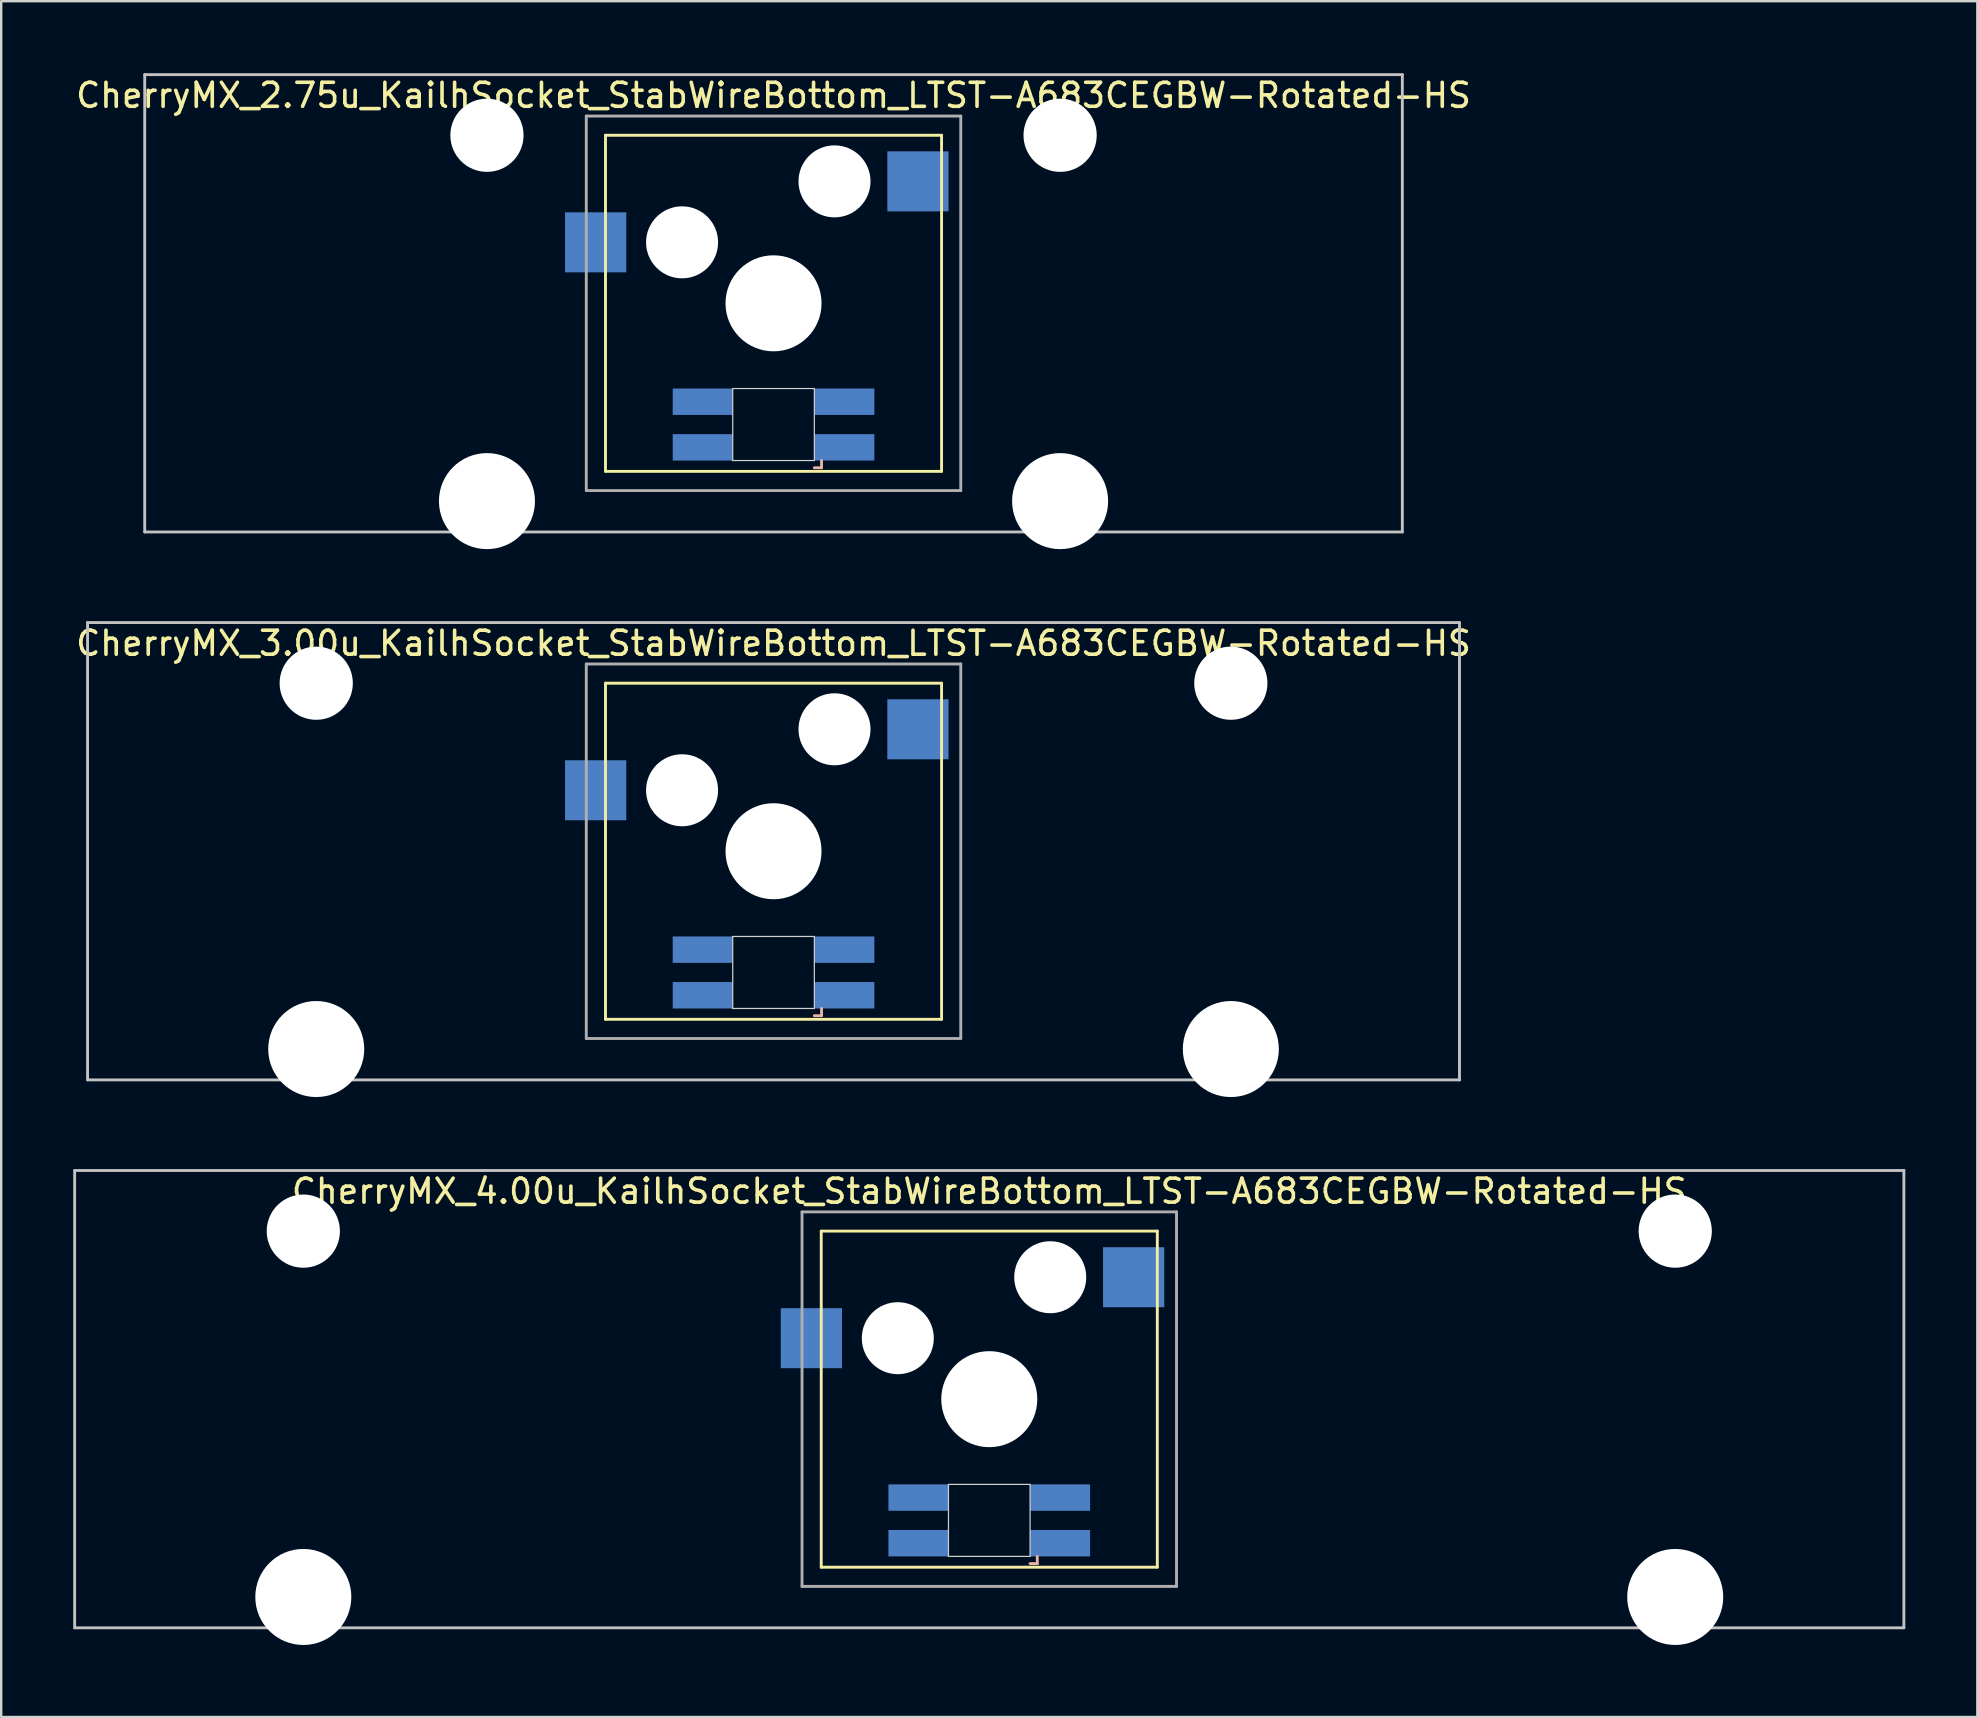
<source format=kicad_pcb>
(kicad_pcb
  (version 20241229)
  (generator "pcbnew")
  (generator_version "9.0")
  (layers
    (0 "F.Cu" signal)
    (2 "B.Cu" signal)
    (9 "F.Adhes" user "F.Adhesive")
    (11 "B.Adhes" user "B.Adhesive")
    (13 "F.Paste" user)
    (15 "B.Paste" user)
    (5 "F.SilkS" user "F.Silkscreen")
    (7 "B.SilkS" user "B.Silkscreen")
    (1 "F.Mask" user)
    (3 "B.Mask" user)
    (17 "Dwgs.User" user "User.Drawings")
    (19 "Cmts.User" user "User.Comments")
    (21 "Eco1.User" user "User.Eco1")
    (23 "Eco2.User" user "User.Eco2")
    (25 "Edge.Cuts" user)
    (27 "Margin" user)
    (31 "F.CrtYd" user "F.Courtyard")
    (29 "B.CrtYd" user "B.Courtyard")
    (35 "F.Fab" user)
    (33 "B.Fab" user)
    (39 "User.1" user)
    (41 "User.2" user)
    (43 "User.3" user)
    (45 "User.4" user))
  (footprint "CherryMX_3.00u_KailhSocket_StabWireBottom_LTST-A683CEGBW-Rotated-HS"
    (layer "F.Cu")
    (at 29.173 32.41)
    (property "Reference" "CherryMX_3.00u_KailhSocket_StabWireBottom_LTST-A683CEGBW-Rotated-HS" (at 0 -8.662 0) (layer "F.SilkS") (effects (font (size 1 1) (thickness 0.15))))
    (attr through_hole)
    (fp_line (start -7 -7) (end -7 7) (stroke (width 0.12) (type solid)) (layer "F.SilkS"))
    (fp_line (start -7 -7) (end 7 -7) (stroke (width 0.12) (type solid)) (layer "F.SilkS"))
    (fp_line (start 7 -7) (end 7 7) (stroke (width 0.12) (type solid)) (layer "F.SilkS"))
    (fp_line (start 7 7) (end -7 7) (stroke (width 0.12) (type solid)) (layer "F.SilkS"))
    (fp_line (start 1.7 6.85) (end 2 6.85) (stroke (width 0.12) (type solid)) (layer "B.SilkS"))
    (fp_line (start 2 6.85) (end 2 6.55) (stroke (width 0.12) (type solid)) (layer "B.SilkS"))
    (fp_line (start -28.575 -9.525) (end 28.575 -9.525) (stroke (width 0.12) (type solid)) (layer "Dwgs.User"))
    (fp_line (start -28.575 9.525) (end -28.575 -9.525) (stroke (width 0.12) (type solid)) (layer "Dwgs.User"))
    (fp_line (start 28.575 -9.525) (end 28.575 9.525) (stroke (width 0.12) (type solid)) (layer "Dwgs.User"))
    (fp_line (start 28.575 9.525) (end -28.575 9.525) (stroke (width 0.12) (type solid)) (layer "Dwgs.User"))
    (fp_line (start -1.7 3.55) (end 1.7 3.55) (stroke (width 0.05) (type solid)) (layer "Edge.Cuts"))
    (fp_line (start -1.7 6.55) (end -1.7 3.55) (stroke (width 0.05) (type solid)) (layer "Edge.Cuts"))
    (fp_line (start 1.7 3.55) (end 1.7 6.55) (stroke (width 0.05) (type solid)) (layer "Edge.Cuts"))
    (fp_line (start 1.7 6.55) (end -1.7 6.55) (stroke (width 0.05) (type solid)) (layer "Edge.Cuts"))
    (fp_line (start -7.8 -7.8) (end -7.8 7.8) (stroke (width 0.12) (type solid)) (layer "F.Fab"))
    (fp_line (start -7.8 -7.8) (end 7.8 -7.8) (stroke (width 0.12) (type solid)) (layer "F.Fab"))
    (fp_line (start -7.8 7.8) (end 7.8 7.8) (stroke (width 0.12) (type solid)) (layer "F.Fab"))
    (fp_line (start 7.8 -7.8) (end 7.8 7.8) (stroke (width 0.12) (type solid)) (layer "F.Fab"))
    (pad "" np_thru_hole circle (at -19.05 -7) (size 3.05 3.05) (drill 3.05) (layers "*.Cu" "*.Mask"))
    (pad "" np_thru_hole circle (at -19.05 8.24) (size 4 4) (drill 4) (layers "*.Cu" "*.Mask"))
    (pad "" np_thru_hole circle (at -3.81 -2.54) (size 3 3) (drill 3) (layers "*.Cu" "*.Mask"))
    (pad "" np_thru_hole circle (at 0 0) (size 4 4) (drill 4) (layers "*.Cu" "*.Mask"))
    (pad "" np_thru_hole circle (at 2.54 -5.08) (size 3 3) (drill 3) (layers "*.Cu" "*.Mask"))
    (pad "" np_thru_hole circle (at 19.05 -7) (size 3.05 3.05) (drill 3.05) (layers "*.Cu" "*.Mask"))
    (pad "" np_thru_hole circle (at 19.05 8.24) (size 4 4) (drill 4) (layers "*.Cu" "*.Mask"))
    (pad "1" smd rect (at -7.41 -2.54) (size 2.55 2.5) (layers "B.Cu" "B.Mask" "B.Paste"))
    (pad "2" smd rect (at 6.015 -5.08) (size 2.55 2.5) (layers "B.Cu" "B.Mask" "B.Paste"))
    (pad "3" smd rect (at 2.95 6) (size 2.5 1.1) (layers "B.Cu" "B.Mask" "B.Paste"))
    (pad "4" smd rect (at 2.95 4.1) (size 2.5 1.1) (layers "B.Cu" "B.Mask" "B.Paste"))
    (pad "5" smd rect (at -2.95 6) (size 2.5 1.1) (layers "B.Cu" "B.Mask" "B.Paste"))
    (pad "6" smd rect (at -2.95 4.1) (size 2.5 1.1) (layers "B.Cu" "B.Mask" "B.Paste")))
  (footprint "CherryMX_4.00u_KailhSocket_StabWireBottom_LTST-A683CEGBW-Rotated-HS"
    (layer "F.Cu")
    (at 38.16 55.235)
    (property "Reference" "CherryMX_4.00u_KailhSocket_StabWireBottom_LTST-A683CEGBW-Rotated-HS" (at 0 -8.662 0) (layer "F.SilkS") (effects (font (size 1 1) (thickness 0.15))))
    (attr through_hole)
    (fp_line (start -7 -7) (end -7 7) (stroke (width 0.12) (type solid)) (layer "F.SilkS"))
    (fp_line (start -7 -7) (end 7 -7) (stroke (width 0.12) (type solid)) (layer "F.SilkS"))
    (fp_line (start 7 -7) (end 7 7) (stroke (width 0.12) (type solid)) (layer "F.SilkS"))
    (fp_line (start 7 7) (end -7 7) (stroke (width 0.12) (type solid)) (layer "F.SilkS"))
    (fp_line (start 1.7 6.85) (end 2 6.85) (stroke (width 0.12) (type solid)) (layer "B.SilkS"))
    (fp_line (start 2 6.85) (end 2 6.55) (stroke (width 0.12) (type solid)) (layer "B.SilkS"))
    (fp_line (start -38.1 -9.525) (end 38.1 -9.525) (stroke (width 0.12) (type solid)) (layer "Dwgs.User"))
    (fp_line (start -38.1 9.525) (end -38.1 -9.525) (stroke (width 0.12) (type solid)) (layer "Dwgs.User"))
    (fp_line (start 38.1 -9.525) (end 38.1 9.525) (stroke (width 0.12) (type solid)) (layer "Dwgs.User"))
    (fp_line (start 38.1 9.525) (end -38.1 9.525) (stroke (width 0.12) (type solid)) (layer "Dwgs.User"))
    (fp_line (start -1.7 3.55) (end 1.7 3.55) (stroke (width 0.05) (type solid)) (layer "Edge.Cuts"))
    (fp_line (start -1.7 6.55) (end -1.7 3.55) (stroke (width 0.05) (type solid)) (layer "Edge.Cuts"))
    (fp_line (start 1.7 3.55) (end 1.7 6.55) (stroke (width 0.05) (type solid)) (layer "Edge.Cuts"))
    (fp_line (start 1.7 6.55) (end -1.7 6.55) (stroke (width 0.05) (type solid)) (layer "Edge.Cuts"))
    (fp_line (start -7.8 -7.8) (end -7.8 7.8) (stroke (width 0.12) (type solid)) (layer "F.Fab"))
    (fp_line (start -7.8 -7.8) (end 7.8 -7.8) (stroke (width 0.12) (type solid)) (layer "F.Fab"))
    (fp_line (start -7.8 7.8) (end 7.8 7.8) (stroke (width 0.12) (type solid)) (layer "F.Fab"))
    (fp_line (start 7.8 -7.8) (end 7.8 7.8) (stroke (width 0.12) (type solid)) (layer "F.Fab"))
    (pad "" np_thru_hole circle (at -28.575 -7) (size 3.05 3.05) (drill 3.05) (layers "*.Cu" "*.Mask"))
    (pad "" np_thru_hole circle (at -28.575 8.24) (size 4 4) (drill 4) (layers "*.Cu" "*.Mask"))
    (pad "" np_thru_hole circle (at -3.81 -2.54) (size 3 3) (drill 3) (layers "*.Cu" "*.Mask"))
    (pad "" np_thru_hole circle (at 0 0) (size 4 4) (drill 4) (layers "*.Cu" "*.Mask"))
    (pad "" np_thru_hole circle (at 2.54 -5.08) (size 3 3) (drill 3) (layers "*.Cu" "*.Mask"))
    (pad "" np_thru_hole circle (at 28.575 -7) (size 3.05 3.05) (drill 3.05) (layers "*.Cu" "*.Mask"))
    (pad "" np_thru_hole circle (at 28.575 8.24) (size 4 4) (drill 4) (layers "*.Cu" "*.Mask"))
    (pad "1" smd rect (at -7.41 -2.54) (size 2.55 2.5) (layers "B.Cu" "B.Mask" "B.Paste"))
    (pad "2" smd rect (at 6.015 -5.08) (size 2.55 2.5) (layers "B.Cu" "B.Mask" "B.Paste"))
    (pad "3" smd rect (at 2.95 6) (size 2.5 1.1) (layers "B.Cu" "B.Mask" "B.Paste"))
    (pad "4" smd rect (at 2.95 4.1) (size 2.5 1.1) (layers "B.Cu" "B.Mask" "B.Paste"))
    (pad "5" smd rect (at -2.95 6) (size 2.5 1.1) (layers "B.Cu" "B.Mask" "B.Paste"))
    (pad "6" smd rect (at -2.95 4.1) (size 2.5 1.1) (layers "B.Cu" "B.Mask" "B.Paste")))
  (footprint "CherryMX_2.75u_KailhSocket_StabWireBottom_LTST-A683CEGBW-Rotated-HS"
    (layer "F.Cu")
    (at 29.173 9.585)
    (property "Reference" "CherryMX_2.75u_KailhSocket_StabWireBottom_LTST-A683CEGBW-Rotated-HS" (at 0 -8.662 0) (layer "F.SilkS") (effects (font (size 1 1) (thickness 0.15))))
    (attr through_hole)
    (fp_line (start -7 -7) (end -7 7) (stroke (width 0.12) (type solid)) (layer "F.SilkS"))
    (fp_line (start -7 -7) (end 7 -7) (stroke (width 0.12) (type solid)) (layer "F.SilkS"))
    (fp_line (start 7 -7) (end 7 7) (stroke (width 0.12) (type solid)) (layer "F.SilkS"))
    (fp_line (start 7 7) (end -7 7) (stroke (width 0.12) (type solid)) (layer "F.SilkS"))
    (fp_line (start 1.7 6.85) (end 2 6.85) (stroke (width 0.12) (type solid)) (layer "B.SilkS"))
    (fp_line (start 2 6.85) (end 2 6.55) (stroke (width 0.12) (type solid)) (layer "B.SilkS"))
    (fp_line (start -26.194 -9.525) (end 26.194 -9.525) (stroke (width 0.12) (type solid)) (layer "Dwgs.User"))
    (fp_line (start -26.194 9.525) (end -26.194 -9.525) (stroke (width 0.12) (type solid)) (layer "Dwgs.User"))
    (fp_line (start 26.194 -9.525) (end 26.194 9.525) (stroke (width 0.12) (type solid)) (layer "Dwgs.User"))
    (fp_line (start 26.194 9.525) (end -26.194 9.525) (stroke (width 0.12) (type solid)) (layer "Dwgs.User"))
    (fp_line (start -1.7 3.55) (end 1.7 3.55) (stroke (width 0.05) (type solid)) (layer "Edge.Cuts"))
    (fp_line (start -1.7 6.55) (end -1.7 3.55) (stroke (width 0.05) (type solid)) (layer "Edge.Cuts"))
    (fp_line (start 1.7 3.55) (end 1.7 6.55) (stroke (width 0.05) (type solid)) (layer "Edge.Cuts"))
    (fp_line (start 1.7 6.55) (end -1.7 6.55) (stroke (width 0.05) (type solid)) (layer "Edge.Cuts"))
    (fp_line (start -7.8 -7.8) (end -7.8 7.8) (stroke (width 0.12) (type solid)) (layer "F.Fab"))
    (fp_line (start -7.8 -7.8) (end 7.8 -7.8) (stroke (width 0.12) (type solid)) (layer "F.Fab"))
    (fp_line (start -7.8 7.8) (end 7.8 7.8) (stroke (width 0.12) (type solid)) (layer "F.Fab"))
    (fp_line (start 7.8 -7.8) (end 7.8 7.8) (stroke (width 0.12) (type solid)) (layer "F.Fab"))
    (pad "" np_thru_hole circle (at -11.938 -7) (size 3.05 3.05) (drill 3.05) (layers "*.Cu" "*.Mask"))
    (pad "" np_thru_hole circle (at -11.938 8.24) (size 4 4) (drill 4) (layers "*.Cu" "*.Mask"))
    (pad "" np_thru_hole circle (at -3.81 -2.54) (size 3 3) (drill 3) (layers "*.Cu" "*.Mask"))
    (pad "" np_thru_hole circle (at 0 0) (size 4 4) (drill 4) (layers "*.Cu" "*.Mask"))
    (pad "" np_thru_hole circle (at 2.54 -5.08) (size 3 3) (drill 3) (layers "*.Cu" "*.Mask"))
    (pad "" np_thru_hole circle (at 11.938 -7) (size 3.05 3.05) (drill 3.05) (layers "*.Cu" "*.Mask"))
    (pad "" np_thru_hole circle (at 11.938 8.24) (size 4 4) (drill 4) (layers "*.Cu" "*.Mask"))
    (pad "1" smd rect (at -7.41 -2.54) (size 2.55 2.5) (layers "B.Cu" "B.Mask" "B.Paste"))
    (pad "2" smd rect (at 6.015 -5.08) (size 2.55 2.5) (layers "B.Cu" "B.Mask" "B.Paste"))
    (pad "3" smd rect (at 2.95 6) (size 2.5 1.1) (layers "B.Cu" "B.Mask" "B.Paste"))
    (pad "4" smd rect (at 2.95 4.1) (size 2.5 1.1) (layers "B.Cu" "B.Mask" "B.Paste"))
    (pad "5" smd rect (at -2.95 6) (size 2.5 1.1) (layers "B.Cu" "B.Mask" "B.Paste"))
    (pad "6" smd rect (at -2.95 4.1) (size 2.5 1.1) (layers "B.Cu" "B.Mask" "B.Paste")))
  (gr_rect
    (start -3 -3)
    (end 79.32 68.475)
    (stroke (width 0.1) (type default))
    (fill no)
    (layer "Edge.Cuts")))
</source>
